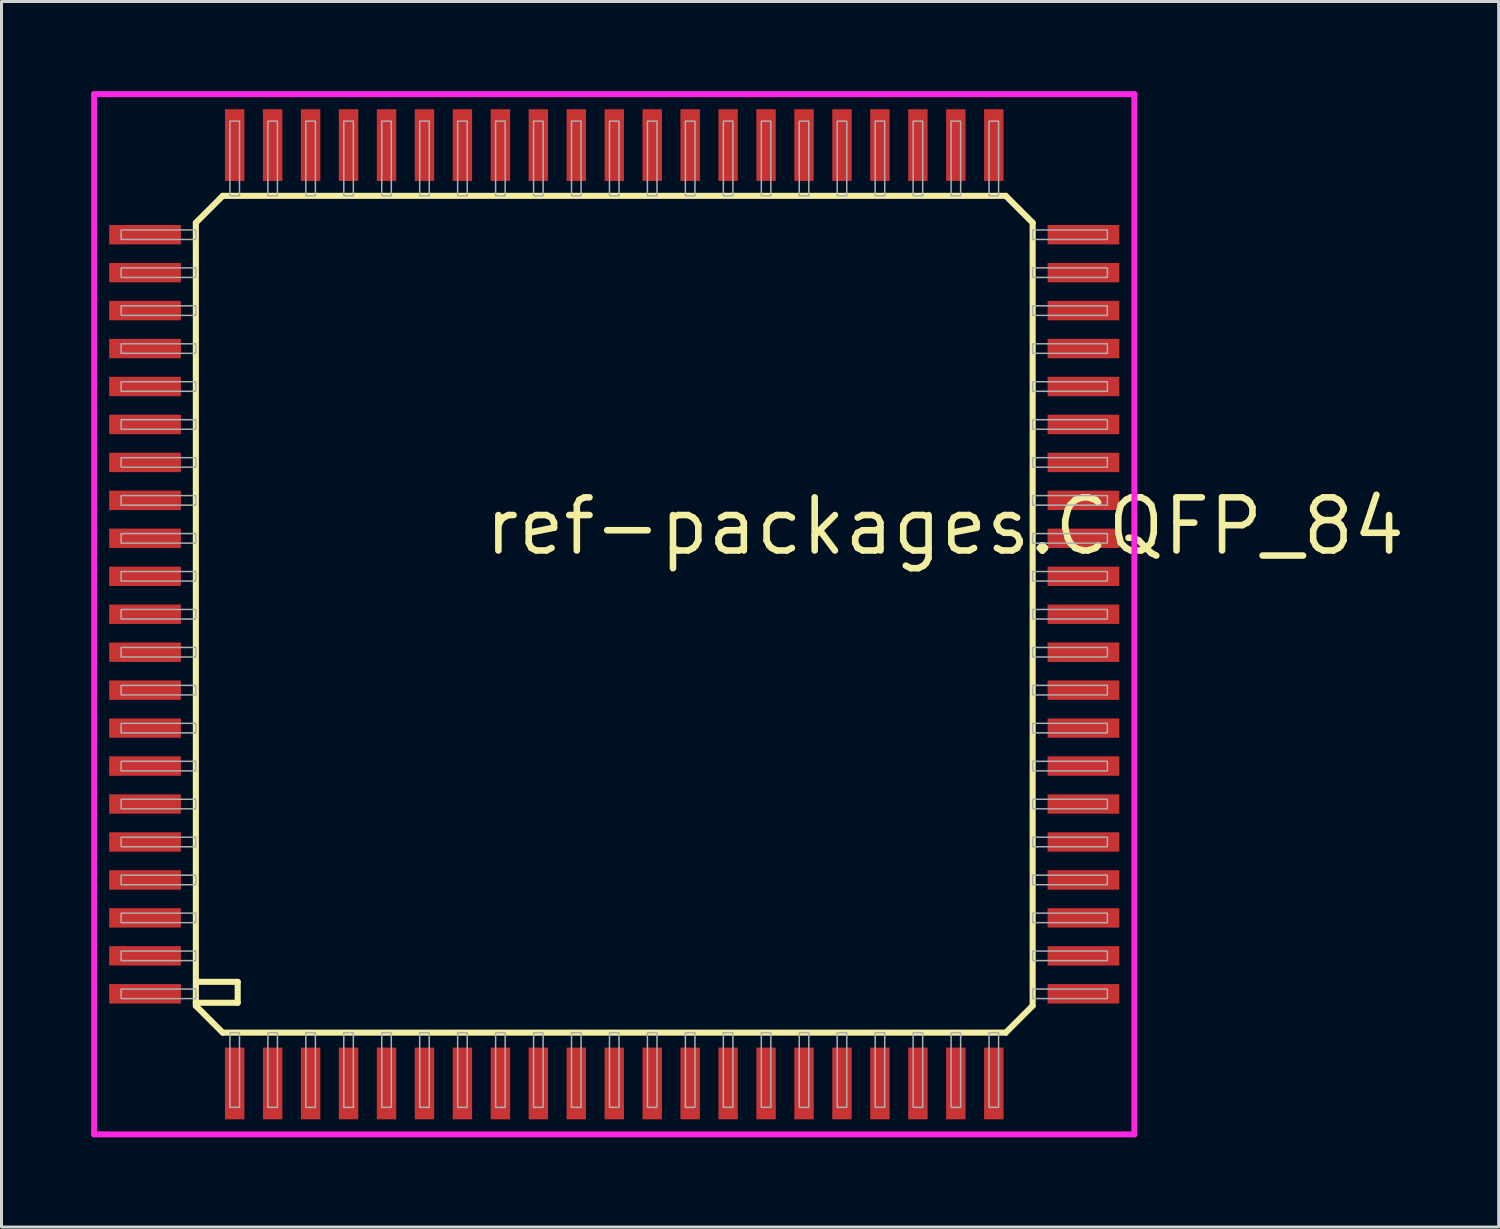
<source format=kicad_pcb>
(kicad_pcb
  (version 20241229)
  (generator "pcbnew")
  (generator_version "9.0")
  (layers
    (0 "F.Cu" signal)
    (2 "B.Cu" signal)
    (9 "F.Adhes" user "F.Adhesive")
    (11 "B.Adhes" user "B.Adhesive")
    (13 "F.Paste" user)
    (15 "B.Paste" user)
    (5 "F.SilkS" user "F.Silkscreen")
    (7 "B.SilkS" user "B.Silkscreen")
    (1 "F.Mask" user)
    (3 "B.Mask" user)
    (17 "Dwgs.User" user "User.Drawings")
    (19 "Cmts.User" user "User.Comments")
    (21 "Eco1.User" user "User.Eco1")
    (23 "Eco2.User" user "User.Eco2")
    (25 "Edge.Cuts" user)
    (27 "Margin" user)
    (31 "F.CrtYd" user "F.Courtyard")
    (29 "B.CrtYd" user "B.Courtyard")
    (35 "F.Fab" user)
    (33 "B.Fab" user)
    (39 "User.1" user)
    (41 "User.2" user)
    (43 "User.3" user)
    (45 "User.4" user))
  (footprint "ref-packages.CQFP_84"
    (layer "F.Cu")
    (at 17.503 17.503)
    (property "Reference" "ref-packages.CQFP_84" (at -4.445 -1.905 0) (layer "F.SilkS") (effects (font (size 1.778 1.778) (thickness 0.22)) (justify left bottom)))
    (attr smd)
    (fp_line (start -14 -13.1) (end -14 13) (stroke (width 0.203) (type default)) (layer "F.SilkS"))
    (fp_line (start -14 -13.1) (end -13.1 -14) (stroke (width 0.203) (type default)) (layer "F.SilkS"))
    (fp_line (start -14 13) (end -14 13.1) (stroke (width 0.203) (type default)) (layer "F.SilkS"))
    (fp_line (start -14 13) (end -12.6 13) (stroke (width 0.203) (type default)) (layer "F.SilkS"))
    (fp_line (start -14 13.1) (end -13.1 14) (stroke (width 0.203) (type default)) (layer "F.SilkS"))
    (fp_line (start -13.1 14) (end 13.1 14) (stroke (width 0.203) (type default)) (layer "F.SilkS"))
    (fp_line (start -12.6 12.3) (end -13.9 12.3) (stroke (width 0.203) (type default)) (layer "F.SilkS"))
    (fp_line (start -12.6 13) (end -12.6 12.3) (stroke (width 0.203) (type default)) (layer "F.SilkS"))
    (fp_line (start 13.1 -14) (end -13.1 -14) (stroke (width 0.203) (type default)) (layer "F.SilkS"))
    (fp_line (start 13.1 -14) (end 14 -13.1) (stroke (width 0.203) (type default)) (layer "F.SilkS"))
    (fp_line (start 13.1 14) (end 14 13.1) (stroke (width 0.203) (type default)) (layer "F.SilkS"))
    (fp_line (start 14 13.1) (end 14 -13.1) (stroke (width 0.203) (type default)) (layer "F.SilkS"))
    (fp_line (start -17.403 -17.403) (end 17.403 -17.403) (stroke (width 0.2) (type default)) (layer "F.CrtYd"))
    (fp_line (start -17.403 17.403) (end -17.403 -17.403) (stroke (width 0.2) (type default)) (layer "F.CrtYd"))
    (fp_line (start 17.403 -17.403) (end 17.403 17.403) (stroke (width 0.2) (type default)) (layer "F.CrtYd"))
    (fp_line (start 17.403 17.403) (end -17.403 17.403) (stroke (width 0.2) (type default)) (layer "F.CrtYd"))
    (fp_rect (start -16.5 -12.54) (end -14 -12.86) (stroke (width 0.05) (type default)) (fill no) (layer "F.Fab"))
    (fp_rect (start -16.5 -11.27) (end -14 -11.59) (stroke (width 0.05) (type default)) (fill no) (layer "F.Fab"))
    (fp_rect (start -16.5 -10) (end -14 -10.32) (stroke (width 0.05) (type default)) (fill no) (layer "F.Fab"))
    (fp_rect (start -16.5 -8.73) (end -14 -9.05) (stroke (width 0.05) (type default)) (fill no) (layer "F.Fab"))
    (fp_rect (start -16.5 -7.46) (end -14 -7.78) (stroke (width 0.05) (type default)) (fill no) (layer "F.Fab"))
    (fp_rect (start -16.5 -6.19) (end -14 -6.51) (stroke (width 0.05) (type default)) (fill no) (layer "F.Fab"))
    (fp_rect (start -16.5 -4.92) (end -14 -5.24) (stroke (width 0.05) (type default)) (fill no) (layer "F.Fab"))
    (fp_rect (start -16.5 -3.65) (end -14 -3.97) (stroke (width 0.05) (type default)) (fill no) (layer "F.Fab"))
    (fp_rect (start -16.5 -2.38) (end -14 -2.7) (stroke (width 0.05) (type default)) (fill no) (layer "F.Fab"))
    (fp_rect (start -16.5 -1.11) (end -14 -1.43) (stroke (width 0.05) (type default)) (fill no) (layer "F.Fab"))
    (fp_rect (start -16.5 0.16) (end -14 -0.16) (stroke (width 0.05) (type default)) (fill no) (layer "F.Fab"))
    (fp_rect (start -16.5 1.43) (end -14 1.11) (stroke (width 0.05) (type default)) (fill no) (layer "F.Fab"))
    (fp_rect (start -16.5 2.7) (end -14 2.38) (stroke (width 0.05) (type default)) (fill no) (layer "F.Fab"))
    (fp_rect (start -16.5 3.97) (end -14 3.65) (stroke (width 0.05) (type default)) (fill no) (layer "F.Fab"))
    (fp_rect (start -16.5 5.24) (end -14 4.92) (stroke (width 0.05) (type default)) (fill no) (layer "F.Fab"))
    (fp_rect (start -16.5 6.51) (end -14 6.19) (stroke (width 0.05) (type default)) (fill no) (layer "F.Fab"))
    (fp_rect (start -16.5 7.78) (end -14 7.46) (stroke (width 0.05) (type default)) (fill no) (layer "F.Fab"))
    (fp_rect (start -16.5 9.05) (end -14 8.73) (stroke (width 0.05) (type default)) (fill no) (layer "F.Fab"))
    (fp_rect (start -16.5 10.32) (end -14 10) (stroke (width 0.05) (type default)) (fill no) (layer "F.Fab"))
    (fp_rect (start -16.5 11.59) (end -14 11.27) (stroke (width 0.05) (type default)) (fill no) (layer "F.Fab"))
    (fp_rect (start -16.5 12.86) (end -14 12.54) (stroke (width 0.05) (type default)) (fill no) (layer "F.Fab"))
    (fp_rect (start -12.86 -14) (end -12.54 -16.5) (stroke (width 0.05) (type default)) (fill no) (layer "F.Fab"))
    (fp_rect (start -12.86 16.5) (end -12.54 14) (stroke (width 0.05) (type default)) (fill no) (layer "F.Fab"))
    (fp_rect (start -11.59 -14) (end -11.27 -16.5) (stroke (width 0.05) (type default)) (fill no) (layer "F.Fab"))
    (fp_rect (start -11.59 16.5) (end -11.27 14) (stroke (width 0.05) (type default)) (fill no) (layer "F.Fab"))
    (fp_rect (start -10.32 -14) (end -10 -16.5) (stroke (width 0.05) (type default)) (fill no) (layer "F.Fab"))
    (fp_rect (start -10.32 16.5) (end -10 14) (stroke (width 0.05) (type default)) (fill no) (layer "F.Fab"))
    (fp_rect (start -9.05 -14) (end -8.73 -16.5) (stroke (width 0.05) (type default)) (fill no) (layer "F.Fab"))
    (fp_rect (start -9.05 16.5) (end -8.73 14) (stroke (width 0.05) (type default)) (fill no) (layer "F.Fab"))
    (fp_rect (start -7.78 -14) (end -7.46 -16.5) (stroke (width 0.05) (type default)) (fill no) (layer "F.Fab"))
    (fp_rect (start -7.78 16.5) (end -7.46 14) (stroke (width 0.05) (type default)) (fill no) (layer "F.Fab"))
    (fp_rect (start -6.51 -14) (end -6.19 -16.5) (stroke (width 0.05) (type default)) (fill no) (layer "F.Fab"))
    (fp_rect (start -6.51 16.5) (end -6.19 14) (stroke (width 0.05) (type default)) (fill no) (layer "F.Fab"))
    (fp_rect (start -5.24 -14) (end -4.92 -16.5) (stroke (width 0.05) (type default)) (fill no) (layer "F.Fab"))
    (fp_rect (start -5.24 16.5) (end -4.92 14) (stroke (width 0.05) (type default)) (fill no) (layer "F.Fab"))
    (fp_rect (start -3.97 -14) (end -3.65 -16.5) (stroke (width 0.05) (type default)) (fill no) (layer "F.Fab"))
    (fp_rect (start -3.97 16.5) (end -3.65 14) (stroke (width 0.05) (type default)) (fill no) (layer "F.Fab"))
    (fp_rect (start -2.7 -14) (end -2.38 -16.5) (stroke (width 0.05) (type default)) (fill no) (layer "F.Fab"))
    (fp_rect (start -2.7 16.5) (end -2.38 14) (stroke (width 0.05) (type default)) (fill no) (layer "F.Fab"))
    (fp_rect (start -1.43 -14) (end -1.11 -16.5) (stroke (width 0.05) (type default)) (fill no) (layer "F.Fab"))
    (fp_rect (start -1.43 16.5) (end -1.11 14) (stroke (width 0.05) (type default)) (fill no) (layer "F.Fab"))
    (fp_rect (start -0.16 -14) (end 0.16 -16.5) (stroke (width 0.05) (type default)) (fill no) (layer "F.Fab"))
    (fp_rect (start -0.16 16.5) (end 0.16 14) (stroke (width 0.05) (type default)) (fill no) (layer "F.Fab"))
    (fp_rect (start 1.11 -14) (end 1.43 -16.5) (stroke (width 0.05) (type default)) (fill no) (layer "F.Fab"))
    (fp_rect (start 1.11 16.5) (end 1.43 14) (stroke (width 0.05) (type default)) (fill no) (layer "F.Fab"))
    (fp_rect (start 2.38 -14) (end 2.7 -16.5) (stroke (width 0.05) (type default)) (fill no) (layer "F.Fab"))
    (fp_rect (start 2.38 16.5) (end 2.7 14) (stroke (width 0.05) (type default)) (fill no) (layer "F.Fab"))
    (fp_rect (start 3.65 -14) (end 3.97 -16.5) (stroke (width 0.05) (type default)) (fill no) (layer "F.Fab"))
    (fp_rect (start 3.65 16.5) (end 3.97 14) (stroke (width 0.05) (type default)) (fill no) (layer "F.Fab"))
    (fp_rect (start 4.92 -14) (end 5.24 -16.5) (stroke (width 0.05) (type default)) (fill no) (layer "F.Fab"))
    (fp_rect (start 4.92 16.5) (end 5.24 14) (stroke (width 0.05) (type default)) (fill no) (layer "F.Fab"))
    (fp_rect (start 6.19 -14) (end 6.51 -16.5) (stroke (width 0.05) (type default)) (fill no) (layer "F.Fab"))
    (fp_rect (start 6.19 16.5) (end 6.51 14) (stroke (width 0.05) (type default)) (fill no) (layer "F.Fab"))
    (fp_rect (start 7.46 -14) (end 7.78 -16.5) (stroke (width 0.05) (type default)) (fill no) (layer "F.Fab"))
    (fp_rect (start 7.46 16.5) (end 7.78 14) (stroke (width 0.05) (type default)) (fill no) (layer "F.Fab"))
    (fp_rect (start 8.73 -14) (end 9.05 -16.5) (stroke (width 0.05) (type default)) (fill no) (layer "F.Fab"))
    (fp_rect (start 8.73 16.5) (end 9.05 14) (stroke (width 0.05) (type default)) (fill no) (layer "F.Fab"))
    (fp_rect (start 10 -14) (end 10.32 -16.5) (stroke (width 0.05) (type default)) (fill no) (layer "F.Fab"))
    (fp_rect (start 10 16.5) (end 10.32 14) (stroke (width 0.05) (type default)) (fill no) (layer "F.Fab"))
    (fp_rect (start 11.27 -14) (end 11.59 -16.5) (stroke (width 0.05) (type default)) (fill no) (layer "F.Fab"))
    (fp_rect (start 11.27 16.5) (end 11.59 14) (stroke (width 0.05) (type default)) (fill no) (layer "F.Fab"))
    (fp_rect (start 12.54 -14) (end 12.86 -16.5) (stroke (width 0.05) (type default)) (fill no) (layer "F.Fab"))
    (fp_rect (start 12.54 16.5) (end 12.86 14) (stroke (width 0.05) (type default)) (fill no) (layer "F.Fab"))
    (fp_rect (start 14 -12.54) (end 16.5 -12.86) (stroke (width 0.05) (type default)) (fill no) (layer "F.Fab"))
    (fp_rect (start 14 -11.27) (end 16.5 -11.59) (stroke (width 0.05) (type default)) (fill no) (layer "F.Fab"))
    (fp_rect (start 14 -10) (end 16.5 -10.32) (stroke (width 0.05) (type default)) (fill no) (layer "F.Fab"))
    (fp_rect (start 14 -8.73) (end 16.5 -9.05) (stroke (width 0.05) (type default)) (fill no) (layer "F.Fab"))
    (fp_rect (start 14 -7.46) (end 16.5 -7.78) (stroke (width 0.05) (type default)) (fill no) (layer "F.Fab"))
    (fp_rect (start 14 -6.19) (end 16.5 -6.51) (stroke (width 0.05) (type default)) (fill no) (layer "F.Fab"))
    (fp_rect (start 14 -4.92) (end 16.5 -5.24) (stroke (width 0.05) (type default)) (fill no) (layer "F.Fab"))
    (fp_rect (start 14 -3.65) (end 16.5 -3.97) (stroke (width 0.05) (type default)) (fill no) (layer "F.Fab"))
    (fp_rect (start 14 -2.38) (end 16.5 -2.7) (stroke (width 0.05) (type default)) (fill no) (layer "F.Fab"))
    (fp_rect (start 14 -1.11) (end 16.5 -1.43) (stroke (width 0.05) (type default)) (fill no) (layer "F.Fab"))
    (fp_rect (start 14 0.16) (end 16.5 -0.16) (stroke (width 0.05) (type default)) (fill no) (layer "F.Fab"))
    (fp_rect (start 14 1.43) (end 16.5 1.11) (stroke (width 0.05) (type default)) (fill no) (layer "F.Fab"))
    (fp_rect (start 14 2.7) (end 16.5 2.38) (stroke (width 0.05) (type default)) (fill no) (layer "F.Fab"))
    (fp_rect (start 14 3.97) (end 16.5 3.65) (stroke (width 0.05) (type default)) (fill no) (layer "F.Fab"))
    (fp_rect (start 14 5.24) (end 16.5 4.92) (stroke (width 0.05) (type default)) (fill no) (layer "F.Fab"))
    (fp_rect (start 14 6.51) (end 16.5 6.19) (stroke (width 0.05) (type default)) (fill no) (layer "F.Fab"))
    (fp_rect (start 14 7.78) (end 16.5 7.46) (stroke (width 0.05) (type default)) (fill no) (layer "F.Fab"))
    (fp_rect (start 14 9.05) (end 16.5 8.73) (stroke (width 0.05) (type default)) (fill no) (layer "F.Fab"))
    (fp_rect (start 14 10.32) (end 16.5 10) (stroke (width 0.05) (type default)) (fill no) (layer "F.Fab"))
    (fp_rect (start 14 11.59) (end 16.5 11.27) (stroke (width 0.05) (type default)) (fill no) (layer "F.Fab"))
    (fp_rect (start 14 12.86) (end 16.5 12.54) (stroke (width 0.05) (type default)) (fill no) (layer "F.Fab"))
    (pad "1" smd roundrect (at -12.7 15.7) (size 0.65 2.4) (layers "F.Cu" "F.Mask" "F.Paste") (roundrect_rratio 0.01))
    (pad "2" smd roundrect (at -11.43 15.7) (size 0.65 2.4) (layers "F.Cu" "F.Mask" "F.Paste") (roundrect_rratio 0.01))
    (pad "3" smd roundrect (at -10.16 15.7) (size 0.65 2.4) (layers "F.Cu" "F.Mask" "F.Paste") (roundrect_rratio 0.01))
    (pad "4" smd roundrect (at -8.89 15.7) (size 0.65 2.4) (layers "F.Cu" "F.Mask" "F.Paste") (roundrect_rratio 0.01))
    (pad "5" smd roundrect (at -7.62 15.7) (size 0.65 2.4) (layers "F.Cu" "F.Mask" "F.Paste") (roundrect_rratio 0.01))
    (pad "6" smd roundrect (at -6.35 15.7) (size 0.65 2.4) (layers "F.Cu" "F.Mask" "F.Paste") (roundrect_rratio 0.01))
    (pad "7" smd roundrect (at -5.08 15.7) (size 0.65 2.4) (layers "F.Cu" "F.Mask" "F.Paste") (roundrect_rratio 0.01))
    (pad "8" smd roundrect (at -3.81 15.7) (size 0.65 2.4) (layers "F.Cu" "F.Mask" "F.Paste") (roundrect_rratio 0.01))
    (pad "9" smd roundrect (at -2.54 15.7) (size 0.65 2.4) (layers "F.Cu" "F.Mask" "F.Paste") (roundrect_rratio 0.01))
    (pad "10" smd roundrect (at -1.27 15.7) (size 0.65 2.4) (layers "F.Cu" "F.Mask" "F.Paste") (roundrect_rratio 0.01))
    (pad "11" smd roundrect (at 0 15.7) (size 0.65 2.4) (layers "F.Cu" "F.Mask" "F.Paste") (roundrect_rratio 0.01))
    (pad "12" smd roundrect (at 1.27 15.7) (size 0.65 2.4) (layers "F.Cu" "F.Mask" "F.Paste") (roundrect_rratio 0.01))
    (pad "13" smd roundrect (at 2.54 15.7) (size 0.65 2.4) (layers "F.Cu" "F.Mask" "F.Paste") (roundrect_rratio 0.01))
    (pad "14" smd roundrect (at 3.81 15.7) (size 0.65 2.4) (layers "F.Cu" "F.Mask" "F.Paste") (roundrect_rratio 0.01))
    (pad "15" smd roundrect (at 5.08 15.7) (size 0.65 2.4) (layers "F.Cu" "F.Mask" "F.Paste") (roundrect_rratio 0.01))
    (pad "16" smd roundrect (at 6.35 15.7) (size 0.65 2.4) (layers "F.Cu" "F.Mask" "F.Paste") (roundrect_rratio 0.01))
    (pad "17" smd roundrect (at 7.62 15.7) (size 0.65 2.4) (layers "F.Cu" "F.Mask" "F.Paste") (roundrect_rratio 0.01))
    (pad "18" smd roundrect (at 8.89 15.7) (size 0.65 2.4) (layers "F.Cu" "F.Mask" "F.Paste") (roundrect_rratio 0.01))
    (pad "19" smd roundrect (at 10.16 15.7) (size 0.65 2.4) (layers "F.Cu" "F.Mask" "F.Paste") (roundrect_rratio 0.01))
    (pad "20" smd roundrect (at 11.43 15.7) (size 0.65 2.4) (layers "F.Cu" "F.Mask" "F.Paste") (roundrect_rratio 0.01))
    (pad "21" smd roundrect (at 12.7 15.7) (size 0.65 2.4) (layers "F.Cu" "F.Mask" "F.Paste") (roundrect_rratio 0.01))
    (pad "22" smd roundrect (at 15.7 12.7) (size 2.4 0.65) (layers "F.Cu" "F.Mask" "F.Paste") (roundrect_rratio 0.01))
    (pad "23" smd roundrect (at 15.7 11.43) (size 2.4 0.65) (layers "F.Cu" "F.Mask" "F.Paste") (roundrect_rratio 0.01))
    (pad "24" smd roundrect (at 15.7 10.16) (size 2.4 0.65) (layers "F.Cu" "F.Mask" "F.Paste") (roundrect_rratio 0.01))
    (pad "25" smd roundrect (at 15.7 8.89) (size 2.4 0.65) (layers "F.Cu" "F.Mask" "F.Paste") (roundrect_rratio 0.01))
    (pad "26" smd roundrect (at 15.7 7.62) (size 2.4 0.65) (layers "F.Cu" "F.Mask" "F.Paste") (roundrect_rratio 0.01))
    (pad "27" smd roundrect (at 15.7 6.35) (size 2.4 0.65) (layers "F.Cu" "F.Mask" "F.Paste") (roundrect_rratio 0.01))
    (pad "28" smd roundrect (at 15.7 5.08) (size 2.4 0.65) (layers "F.Cu" "F.Mask" "F.Paste") (roundrect_rratio 0.01))
    (pad "29" smd roundrect (at 15.7 3.81) (size 2.4 0.65) (layers "F.Cu" "F.Mask" "F.Paste") (roundrect_rratio 0.01))
    (pad "30" smd roundrect (at 15.7 2.54) (size 2.4 0.65) (layers "F.Cu" "F.Mask" "F.Paste") (roundrect_rratio 0.01))
    (pad "31" smd roundrect (at 15.7 1.27) (size 2.4 0.65) (layers "F.Cu" "F.Mask" "F.Paste") (roundrect_rratio 0.01))
    (pad "32" smd roundrect (at 15.7 0) (size 2.4 0.65) (layers "F.Cu" "F.Mask" "F.Paste") (roundrect_rratio 0.01))
    (pad "33" smd roundrect (at 15.7 -1.27) (size 2.4 0.65) (layers "F.Cu" "F.Mask" "F.Paste") (roundrect_rratio 0.01))
    (pad "34" smd roundrect (at 15.7 -2.54) (size 2.4 0.65) (layers "F.Cu" "F.Mask" "F.Paste") (roundrect_rratio 0.01))
    (pad "35" smd roundrect (at 15.7 -3.81) (size 2.4 0.65) (layers "F.Cu" "F.Mask" "F.Paste") (roundrect_rratio 0.01))
    (pad "36" smd roundrect (at 15.7 -5.08) (size 2.4 0.65) (layers "F.Cu" "F.Mask" "F.Paste") (roundrect_rratio 0.01))
    (pad "37" smd roundrect (at 15.7 -6.35) (size 2.4 0.65) (layers "F.Cu" "F.Mask" "F.Paste") (roundrect_rratio 0.01))
    (pad "38" smd roundrect (at 15.7 -7.62) (size 2.4 0.65) (layers "F.Cu" "F.Mask" "F.Paste") (roundrect_rratio 0.01))
    (pad "39" smd roundrect (at 15.7 -8.89) (size 2.4 0.65) (layers "F.Cu" "F.Mask" "F.Paste") (roundrect_rratio 0.01))
    (pad "40" smd roundrect (at 15.7 -10.16) (size 2.4 0.65) (layers "F.Cu" "F.Mask" "F.Paste") (roundrect_rratio 0.01))
    (pad "41" smd roundrect (at 15.7 -11.43) (size 2.4 0.65) (layers "F.Cu" "F.Mask" "F.Paste") (roundrect_rratio 0.01))
    (pad "42" smd roundrect (at 15.7 -12.7) (size 2.4 0.65) (layers "F.Cu" "F.Mask" "F.Paste") (roundrect_rratio 0.01))
    (pad "43" smd roundrect (at 12.7 -15.7) (size 0.65 2.4) (layers "F.Cu" "F.Mask" "F.Paste") (roundrect_rratio 0.01))
    (pad "44" smd roundrect (at 11.43 -15.7) (size 0.65 2.4) (layers "F.Cu" "F.Mask" "F.Paste") (roundrect_rratio 0.01))
    (pad "45" smd roundrect (at 10.16 -15.7) (size 0.65 2.4) (layers "F.Cu" "F.Mask" "F.Paste") (roundrect_rratio 0.01))
    (pad "46" smd roundrect (at 8.89 -15.7) (size 0.65 2.4) (layers "F.Cu" "F.Mask" "F.Paste") (roundrect_rratio 0.01))
    (pad "47" smd roundrect (at 7.62 -15.7) (size 0.65 2.4) (layers "F.Cu" "F.Mask" "F.Paste") (roundrect_rratio 0.01))
    (pad "48" smd roundrect (at 6.35 -15.7) (size 0.65 2.4) (layers "F.Cu" "F.Mask" "F.Paste") (roundrect_rratio 0.01))
    (pad "49" smd roundrect (at 5.08 -15.7) (size 0.65 2.4) (layers "F.Cu" "F.Mask" "F.Paste") (roundrect_rratio 0.01))
    (pad "50" smd roundrect (at 3.81 -15.7) (size 0.65 2.4) (layers "F.Cu" "F.Mask" "F.Paste") (roundrect_rratio 0.01))
    (pad "51" smd roundrect (at 2.54 -15.7) (size 0.65 2.4) (layers "F.Cu" "F.Mask" "F.Paste") (roundrect_rratio 0.01))
    (pad "52" smd roundrect (at 1.27 -15.7) (size 0.65 2.4) (layers "F.Cu" "F.Mask" "F.Paste") (roundrect_rratio 0.01))
    (pad "53" smd roundrect (at 0 -15.7) (size 0.65 2.4) (layers "F.Cu" "F.Mask" "F.Paste") (roundrect_rratio 0.01))
    (pad "54" smd roundrect (at -1.27 -15.7) (size 0.65 2.4) (layers "F.Cu" "F.Mask" "F.Paste") (roundrect_rratio 0.01))
    (pad "55" smd roundrect (at -2.54 -15.7) (size 0.65 2.4) (layers "F.Cu" "F.Mask" "F.Paste") (roundrect_rratio 0.01))
    (pad "56" smd roundrect (at -3.81 -15.7) (size 0.65 2.4) (layers "F.Cu" "F.Mask" "F.Paste") (roundrect_rratio 0.01))
    (pad "57" smd roundrect (at -5.08 -15.7) (size 0.65 2.4) (layers "F.Cu" "F.Mask" "F.Paste") (roundrect_rratio 0.01))
    (pad "58" smd roundrect (at -6.35 -15.7) (size 0.65 2.4) (layers "F.Cu" "F.Mask" "F.Paste") (roundrect_rratio 0.01))
    (pad "59" smd roundrect (at -7.62 -15.7) (size 0.65 2.4) (layers "F.Cu" "F.Mask" "F.Paste") (roundrect_rratio 0.01))
    (pad "60" smd roundrect (at -8.89 -15.7) (size 0.65 2.4) (layers "F.Cu" "F.Mask" "F.Paste") (roundrect_rratio 0.01))
    (pad "61" smd roundrect (at -10.16 -15.7) (size 0.65 2.4) (layers "F.Cu" "F.Mask" "F.Paste") (roundrect_rratio 0.01))
    (pad "62" smd roundrect (at -11.43 -15.7) (size 0.65 2.4) (layers "F.Cu" "F.Mask" "F.Paste") (roundrect_rratio 0.01))
    (pad "63" smd roundrect (at -12.7 -15.7) (size 0.65 2.4) (layers "F.Cu" "F.Mask" "F.Paste") (roundrect_rratio 0.01))
    (pad "64" smd roundrect (at -15.7 -12.7) (size 2.4 0.65) (layers "F.Cu" "F.Mask" "F.Paste") (roundrect_rratio 0.01))
    (pad "65" smd roundrect (at -15.7 -11.43) (size 2.4 0.65) (layers "F.Cu" "F.Mask" "F.Paste") (roundrect_rratio 0.01))
    (pad "66" smd roundrect (at -15.7 -10.16) (size 2.4 0.65) (layers "F.Cu" "F.Mask" "F.Paste") (roundrect_rratio 0.01))
    (pad "67" smd roundrect (at -15.7 -8.89) (size 2.4 0.65) (layers "F.Cu" "F.Mask" "F.Paste") (roundrect_rratio 0.01))
    (pad "68" smd roundrect (at -15.7 -7.62) (size 2.4 0.65) (layers "F.Cu" "F.Mask" "F.Paste") (roundrect_rratio 0.01))
    (pad "69" smd roundrect (at -15.7 -6.35) (size 2.4 0.65) (layers "F.Cu" "F.Mask" "F.Paste") (roundrect_rratio 0.01))
    (pad "70" smd roundrect (at -15.7 -5.08) (size 2.4 0.65) (layers "F.Cu" "F.Mask" "F.Paste") (roundrect_rratio 0.01))
    (pad "71" smd roundrect (at -15.7 -3.81) (size 2.4 0.65) (layers "F.Cu" "F.Mask" "F.Paste") (roundrect_rratio 0.01))
    (pad "72" smd roundrect (at -15.7 -2.54) (size 2.4 0.65) (layers "F.Cu" "F.Mask" "F.Paste") (roundrect_rratio 0.01))
    (pad "73" smd roundrect (at -15.7 -1.27) (size 2.4 0.65) (layers "F.Cu" "F.Mask" "F.Paste") (roundrect_rratio 0.01))
    (pad "74" smd roundrect (at -15.7 0) (size 2.4 0.65) (layers "F.Cu" "F.Mask" "F.Paste") (roundrect_rratio 0.01))
    (pad "75" smd roundrect (at -15.7 1.27) (size 2.4 0.65) (layers "F.Cu" "F.Mask" "F.Paste") (roundrect_rratio 0.01))
    (pad "76" smd roundrect (at -15.7 2.54) (size 2.4 0.65) (layers "F.Cu" "F.Mask" "F.Paste") (roundrect_rratio 0.01))
    (pad "77" smd roundrect (at -15.7 3.81) (size 2.4 0.65) (layers "F.Cu" "F.Mask" "F.Paste") (roundrect_rratio 0.01))
    (pad "78" smd roundrect (at -15.7 5.08) (size 2.4 0.65) (layers "F.Cu" "F.Mask" "F.Paste") (roundrect_rratio 0.01))
    (pad "79" smd roundrect (at -15.7 6.35) (size 2.4 0.65) (layers "F.Cu" "F.Mask" "F.Paste") (roundrect_rratio 0.01))
    (pad "80" smd roundrect (at -15.7 7.62) (size 2.4 0.65) (layers "F.Cu" "F.Mask" "F.Paste") (roundrect_rratio 0.01))
    (pad "81" smd roundrect (at -15.7 8.89) (size 2.4 0.65) (layers "F.Cu" "F.Mask" "F.Paste") (roundrect_rratio 0.01))
    (pad "82" smd roundrect (at -15.7 10.16) (size 2.4 0.65) (layers "F.Cu" "F.Mask" "F.Paste") (roundrect_rratio 0.01))
    (pad "83" smd roundrect (at -15.7 11.43) (size 2.4 0.65) (layers "F.Cu" "F.Mask" "F.Paste") (roundrect_rratio 0.01))
    (pad "84" smd roundrect (at -15.7 12.7) (size 2.4 0.65) (layers "F.Cu" "F.Mask" "F.Paste") (roundrect_rratio 0.01)))
  (gr_rect
    (start -3 -3)
    (end 47.096 38.006)
    (stroke (width 0.1) (type default))
    (fill no)
    (layer "Edge.Cuts")))
</source>
